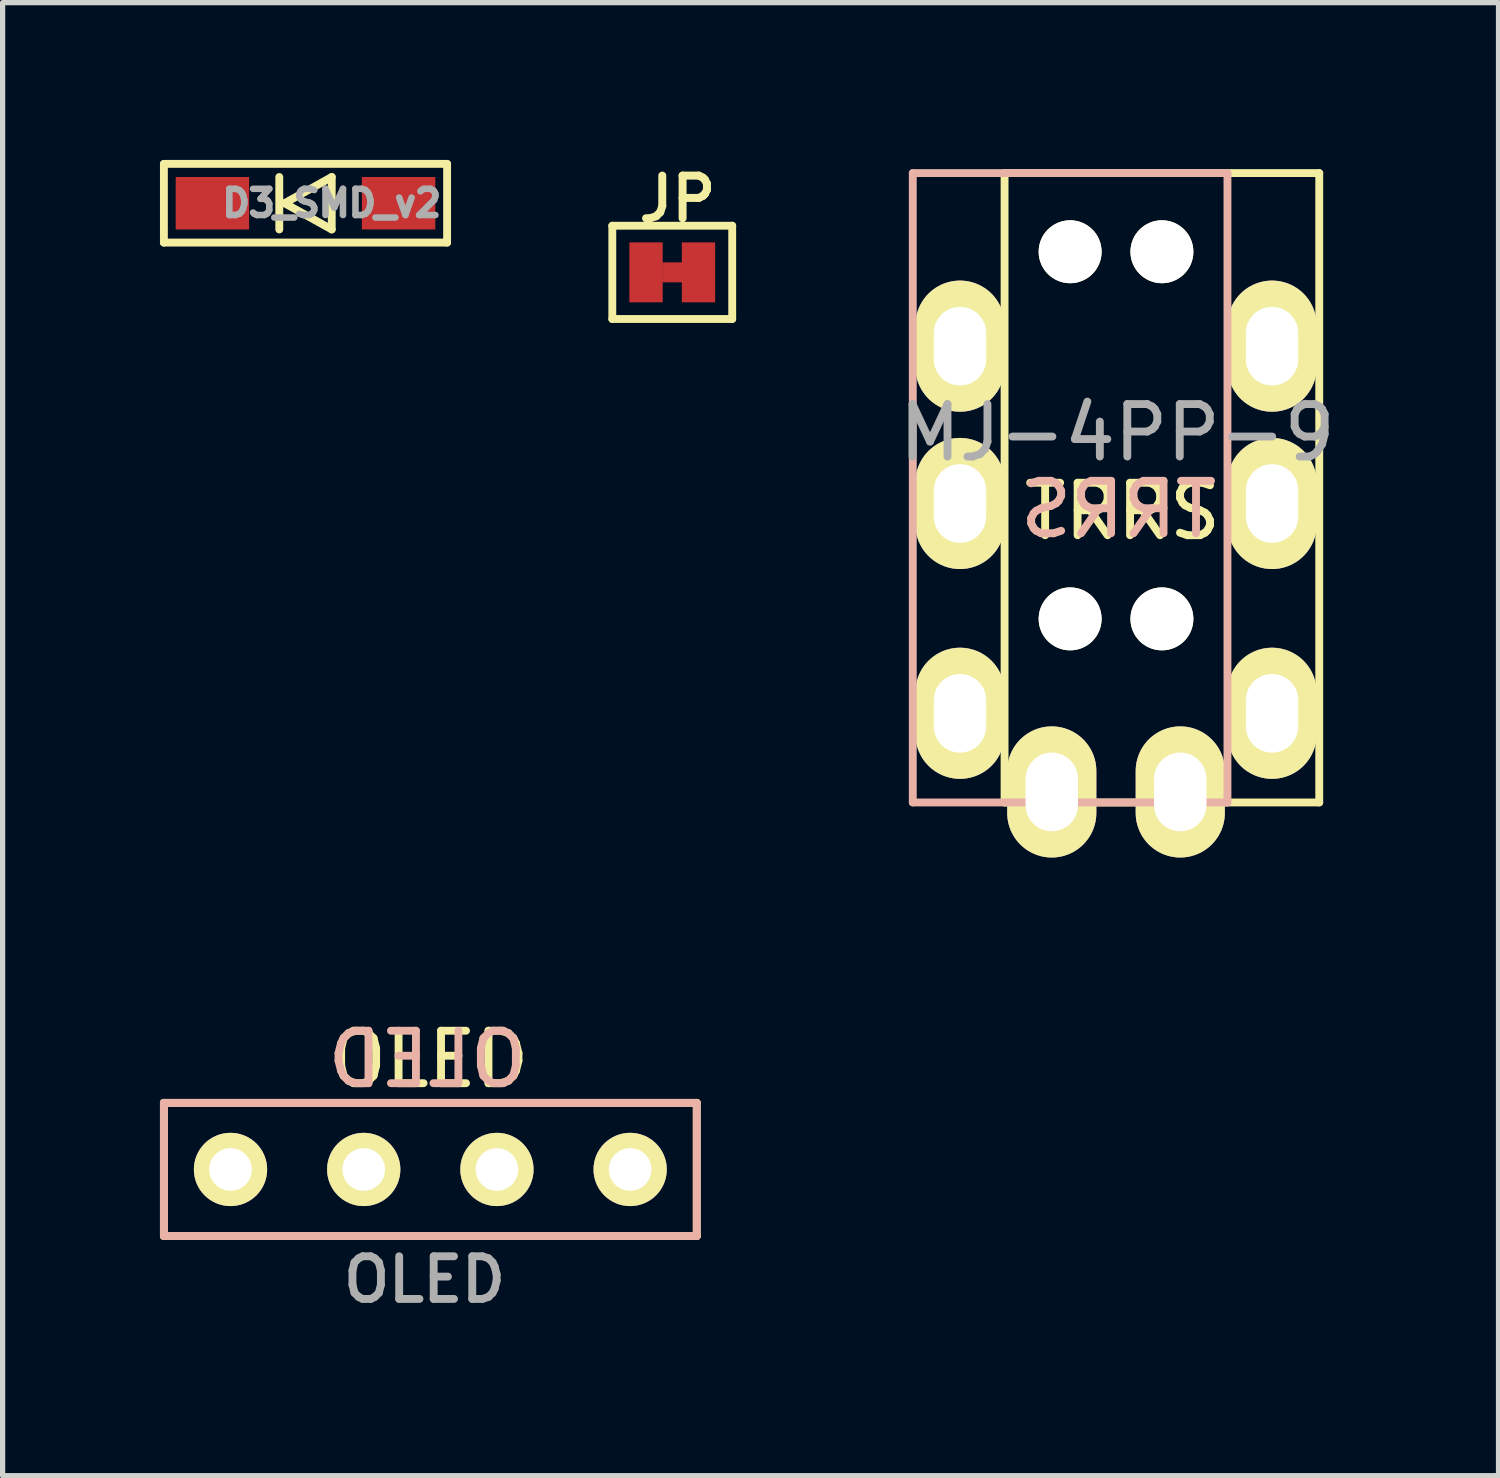
<source format=kicad_pcb>
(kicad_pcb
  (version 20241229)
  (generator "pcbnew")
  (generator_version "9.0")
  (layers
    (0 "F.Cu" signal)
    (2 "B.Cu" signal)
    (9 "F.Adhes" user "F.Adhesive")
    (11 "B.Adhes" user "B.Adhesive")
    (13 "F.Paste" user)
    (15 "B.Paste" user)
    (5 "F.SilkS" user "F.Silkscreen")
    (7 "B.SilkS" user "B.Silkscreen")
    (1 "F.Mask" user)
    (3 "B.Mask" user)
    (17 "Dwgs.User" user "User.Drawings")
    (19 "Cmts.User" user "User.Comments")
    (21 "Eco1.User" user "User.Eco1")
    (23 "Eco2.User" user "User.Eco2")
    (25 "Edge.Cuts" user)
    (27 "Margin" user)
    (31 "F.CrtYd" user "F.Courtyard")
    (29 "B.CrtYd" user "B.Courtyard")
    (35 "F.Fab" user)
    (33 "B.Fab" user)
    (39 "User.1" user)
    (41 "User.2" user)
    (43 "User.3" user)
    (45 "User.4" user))
  (footprint "MJ-4PP-9"
    (layer "F.Cu")
    (at 19.104 0.25)
    (property "Reference" "MJ-4PP-9" (at -0.85 4.95 0) (layer "F.Fab") (effects (font (size 1 1) (thickness 0.15))))
    (attr through_hole)
    (fp_line (start -3 0) (end 3 0) (stroke (width 0.15) (type solid)) (layer "F.SilkS"))
    (fp_line (start -3 12) (end -3 0) (stroke (width 0.15) (type solid)) (layer "F.SilkS"))
    (fp_line (start 3 0) (end 3 12) (stroke (width 0.15) (type solid)) (layer "F.SilkS"))
    (fp_line (start 3 12) (end -3 12) (stroke (width 0.15) (type solid)) (layer "F.SilkS"))
    (fp_line (start -4.75 0) (end 1.25 0) (stroke (width 0.15) (type solid)) (layer "B.SilkS"))
    (fp_line (start -4.75 12) (end -4.75 0) (stroke (width 0.15) (type solid)) (layer "B.SilkS"))
    (fp_line (start 1.25 0) (end 1.25 12) (stroke (width 0.15) (type solid)) (layer "B.SilkS"))
    (fp_line (start 1.25 12) (end -4.75 12) (stroke (width 0.15) (type solid)) (layer "B.SilkS"))
    (fp_text user "TRRS" (at -0.75 6.45 0) (layer "F.SilkS") (effects (font (size 1 1) (thickness 0.15))))
    (fp_text user "TRRS" (at -0.826 6.413 0) (layer "B.SilkS") (effects (font (size 1 1) (thickness 0.15)) (justify mirror)))
    (pad "" np_thru_hole circle (at -1.75 1.5) (size 1.2 1.2) (drill 1.2) (layers "*.Cu" "*.Mask" "F.SilkS"))
    (pad "" np_thru_hole circle (at -1.75 8.5) (size 1.2 1.2) (drill 1.2) (layers "*.Cu" "*.Mask" "F.SilkS"))
    (pad "" np_thru_hole circle (at 0 1.5) (size 1.2 1.2) (drill 1.2) (layers "*.Cu" "*.Mask" "F.SilkS"))
    (pad "" np_thru_hole circle (at 0 8.5) (size 1.2 1.2) (drill 1.2) (layers "*.Cu" "*.Mask" "F.SilkS"))
    (pad "A" thru_hole oval (at -2.1 11.8) (size 1.7 2.5) (drill oval 1 1.5) (layers "*.Cu" "*.Mask" "F.SilkS"))
    (pad "A" thru_hole oval (at 0.35 11.8) (size 1.7 2.5) (drill oval 1 1.5) (layers "*.Cu" "*.Mask" "F.SilkS"))
    (pad "B" thru_hole oval (at -3.85 3.3) (size 1.7 2.5) (drill oval 1 1.5) (layers "*.Cu" "*.Mask" "F.SilkS"))
    (pad "B" thru_hole oval (at 2.1 3.3) (size 1.7 2.5) (drill oval 1 1.5) (layers "*.Cu" "*.Mask" "F.SilkS"))
    (pad "C" thru_hole oval (at -3.85 6.3) (size 1.7 2.5) (drill oval 1 1.5) (layers "*.Cu" "*.Mask" "F.SilkS"))
    (pad "C" thru_hole oval (at 2.1 6.3) (size 1.7 2.5) (drill oval 1 1.5) (layers "*.Cu" "*.Mask" "F.SilkS"))
    (pad "D" thru_hole oval (at -3.85 10.3) (size 1.7 2.5) (drill oval 1 1.5) (layers "*.Cu" "*.Mask" "F.SilkS"))
    (pad "D" thru_hole oval (at 2.1 10.3) (size 1.7 2.5) (drill oval 1 1.5) (layers "*.Cu" "*.Mask" "F.SilkS")))
  (footprint "D3_SMD_v2"
    (layer "F.Cu")
    (at 2.775 0.825)
    (property "Reference" "D3_SMD_v2" (at 0.5 0 0) (layer "F.Fab") (effects (font (size 0.5 0.5) (thickness 0.125))))
    (attr through_hole)
    (fp_line (start -2.7 -0.75) (end -2.7 0.75) (stroke (width 0.15) (type solid)) (layer "F.SilkS"))
    (fp_line (start -2.7 0.75) (end 2.7 0.75) (stroke (width 0.15) (type solid)) (layer "F.SilkS"))
    (fp_line (start -0.5 -0.5) (end -0.5 0.5) (stroke (width 0.15) (type solid)) (layer "F.SilkS"))
    (fp_line (start -0.4 0) (end 0.5 -0.5) (stroke (width 0.15) (type solid)) (layer "F.SilkS"))
    (fp_line (start 0.5 -0.5) (end 0.5 0.5) (stroke (width 0.15) (type solid)) (layer "F.SilkS"))
    (fp_line (start 0.5 0.5) (end -0.4 0) (stroke (width 0.15) (type solid)) (layer "F.SilkS"))
    (fp_line (start 2.7 -0.75) (end -2.7 -0.75) (stroke (width 0.15) (type solid)) (layer "F.SilkS"))
    (fp_line (start 2.7 -0.75) (end 2.7 0.75) (stroke (width 0.15) (type solid)) (layer "F.SilkS"))
    (pad "1" smd rect (at -1.775 0) (size 1.4 1) (layers "F.Cu" "F.Mask" "F.Paste"))
    (pad "2" smd rect (at 1.775 0) (size 1.4 1) (layers "F.Cu" "F.Mask" "F.Paste")))
  (footprint "OLED"
    (layer "F.Cu")
    (at 1.345 19.248)
    (property "Reference" "OLED" (at 3.7 2.1 180) (layer "F.Fab") (effects (font (size 0.813 0.813) (thickness 0.15))))
    (attr through_hole)
    (fp_line (start -1.27 -1.27) (end 8.89 -1.27) (stroke (width 0.15) (type solid)) (layer "F.SilkS"))
    (fp_line (start -1.27 1.27) (end -1.27 -1.27) (stroke (width 0.15) (type solid)) (layer "F.SilkS"))
    (fp_line (start -1.27 1.27) (end 8.89 1.27) (stroke (width 0.15) (type solid)) (layer "F.SilkS"))
    (fp_line (start 8.89 -1.27) (end 8.89 1.27) (stroke (width 0.15) (type solid)) (layer "F.SilkS"))
    (fp_line (start -1.27 -1.27) (end 8.89 -1.27) (stroke (width 0.15) (type solid)) (layer "B.SilkS"))
    (fp_line (start -1.27 1.27) (end -1.27 -1.27) (stroke (width 0.15) (type solid)) (layer "B.SilkS"))
    (fp_line (start 8.89 -1.27) (end 8.89 1.27) (stroke (width 0.15) (type solid)) (layer "B.SilkS"))
    (fp_line (start 8.89 1.27) (end -1.27 1.27) (stroke (width 0.15) (type solid)) (layer "B.SilkS"))
    (fp_text user "OLED" (at 3.8 -2.1 0) (layer "F.SilkS") (effects (font (size 1 1) (thickness 0.15))))
    (fp_text user "OLED" (at 3.75 -2.1 0) (layer "B.SilkS") (effects (font (size 1 1) (thickness 0.15)) (justify mirror)))
    (pad "1" thru_hole circle (at 0 0) (size 1.397 1.397) (drill 0.813) (layers "*.Cu" "*.Mask" "F.SilkS"))
    (pad "2" thru_hole circle (at 2.54 0) (size 1.397 1.397) (drill 0.813) (layers "*.Cu" "*.Mask" "F.SilkS"))
    (pad "3" thru_hole circle (at 5.08 0) (size 1.397 1.397) (drill 0.813) (layers "*.Cu" "*.Mask" "F.SilkS"))
    (pad "4" thru_hole circle (at 7.62 0) (size 1.397 1.397) (drill 0.813) (layers "*.Cu" "*.Mask" "F.SilkS")))
  (footprint "JP"
    (layer "F.Cu")
    (at 9.768 2.143)
    (property "Reference" "JP" (at 0.1 -1.4 0) (layer "F.SilkS") (effects (font (size 0.813 0.813) (thickness 0.152))))
    (attr smd)
    (fp_line (start -1.143 -0.889) (end 1.143 -0.889) (stroke (width 0.15) (type solid)) (layer "F.SilkS"))
    (fp_line (start -1.143 0.889) (end -1.143 -0.889) (stroke (width 0.15) (type solid)) (layer "F.SilkS"))
    (fp_line (start 1.143 -0.889) (end 1.143 0.889) (stroke (width 0.15) (type solid)) (layer "F.SilkS"))
    (fp_line (start 1.143 0.889) (end -1.143 0.889) (stroke (width 0.15) (type solid)) (layer "F.SilkS"))
    (pad "" smd rect (at 0 0 90) (size 0.381 0.381) (layers "F.Cu" "F.Mask" "F.Paste"))
    (pad "1" smd rect (at -0.5 0) (size 0.635 1.143) (layers "F.Cu" "F.Mask" "F.Paste"))
    (pad "2" smd rect (at 0.5 0) (size 0.635 1.143) (layers "F.Cu" "F.Mask" "F.Paste")))
  (gr_rect
    (start -3 -3)
    (end 25.522 25.087)
    (stroke (width 0.1) (type default))
    (fill no)
    (layer "Edge.Cuts")))
</source>
